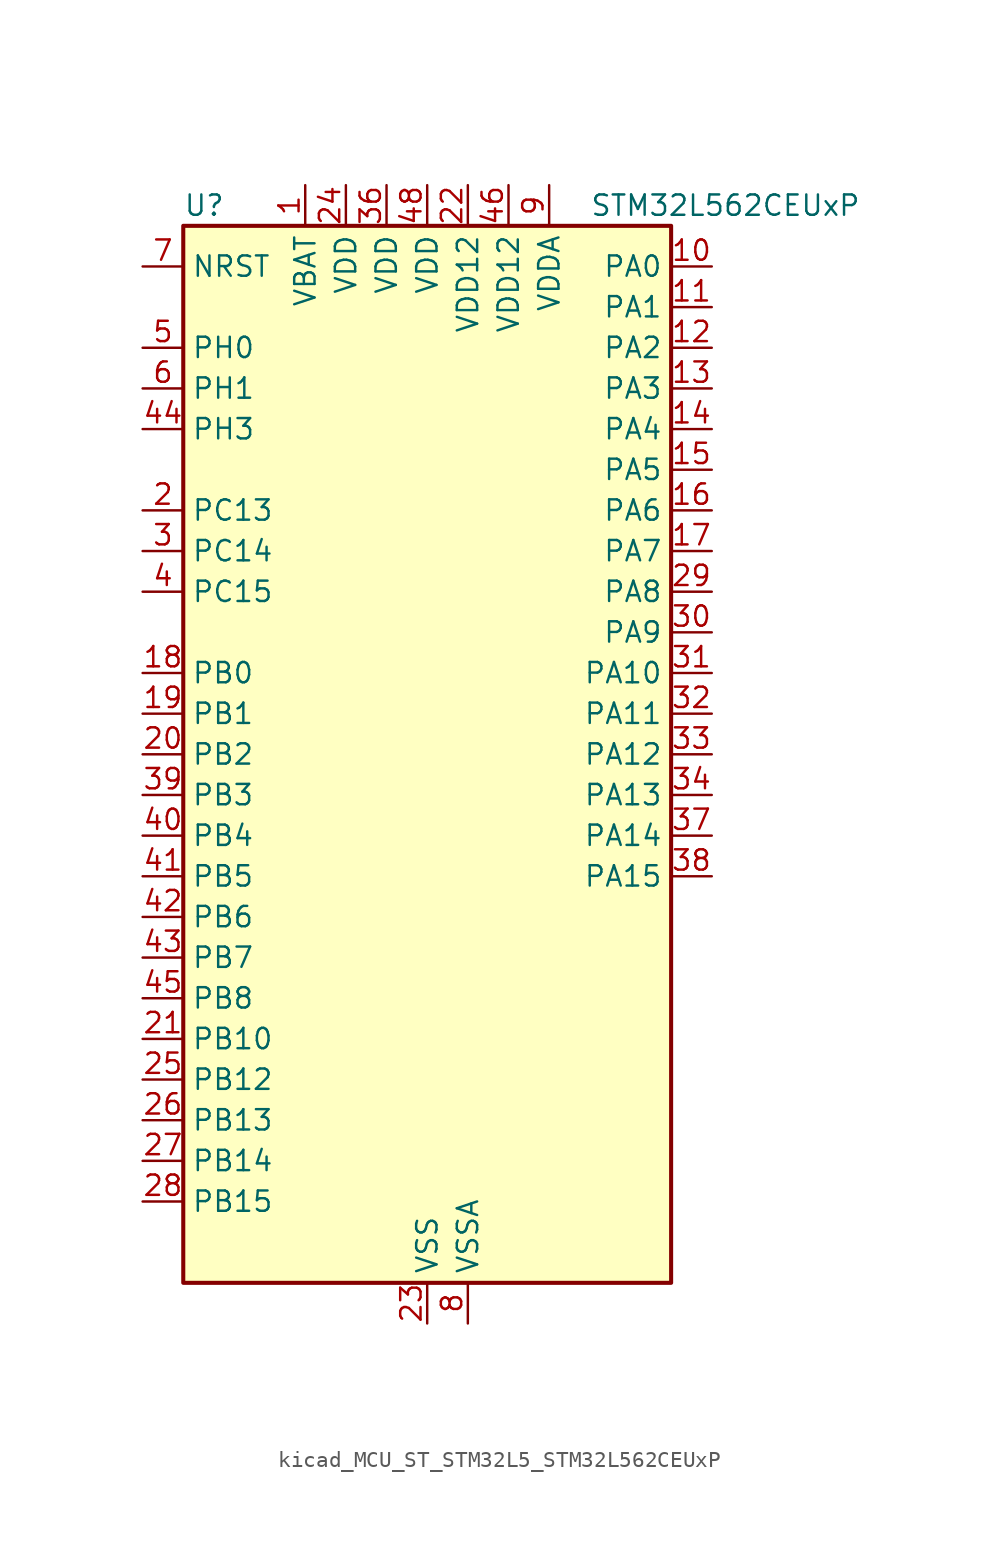
<source format=kicad_sym>
(kicad_symbol_lib
  (version 20220914)
  (generator kicad_symbol_editor)
  (symbol "kicad_MCU_ST_STM32L5_STM32L562CEUxP"
    (property "Reference" "U"
      (at -15.24 34.29 0)
      (effects (font (size 1.27 1.27)) (justify left)))
    (property "Value" "STM32L562CEUxP"
      (at 10.16 34.29 0)
      (effects (font (size 1.27 1.27)) (justify left)))
    (property "ki_locked" ""
      (at 0 0 0)
      (effects (font (size 1.27 1.27))))
    (symbol "kicad_MCU_ST_STM32L5_STM32L562CEUxP_0_1"
      (rectangle (start -15.24 -33.02) (end 15.24 33.02) (stroke (width 0.254) (type default)) (fill (type background))))
    (symbol "kicad_MCU_ST_STM32L5_STM32L562CEUxP_1_1"
      (pin power_in line (at -7.62 35.56 270) (length 2.54) (name "VBAT" (effects (font (size 1.27 1.27)))) (number "1" (effects (font (size 1.27 1.27)))))
      (pin bidirectional line (at 17.78 30.48 180) (length 2.54) (name "PA0" (effects (font (size 1.27 1.27)))) (number "10" (effects (font (size 1.27 1.27)))) (alternate "ADC1_IN5" bidirectional line) (alternate "ADC2_IN5" bidirectional line) (alternate "OPAMP1_VINP" bidirectional line) (alternate "PWR_WKUP1" bidirectional line) (alternate "SAI1_EXTCLK" bidirectional line) (alternate "TAMP_IN2" bidirectional line) (alternate "TAMP_OUT1" bidirectional line) (alternate "TIM2_CH1" bidirectional line) (alternate "TIM2_ETR" bidirectional line) (alternate "TIM5_CH1" bidirectional line) (alternate "TIM8_ETR" bidirectional line) (alternate "UART4_TX" bidirectional line) (alternate "USART2_CTS" bidirectional line) (alternate "USART2_NSS" bidirectional line))
      (pin bidirectional line (at 17.78 27.94 180) (length 2.54) (name "PA1" (effects (font (size 1.27 1.27)))) (number "11" (effects (font (size 1.27 1.27)))) (alternate "ADC1_IN6" bidirectional line) (alternate "ADC2_IN6" bidirectional line) (alternate "I2C1_SMBA" bidirectional line) (alternate "OCTOSPI1_DQS" bidirectional line) (alternate "OPAMP1_VINM" bidirectional line) (alternate "SPI1_SCK" bidirectional line) (alternate "TAMP_IN5" bidirectional line) (alternate "TAMP_OUT4" bidirectional line) (alternate "TIM15_CH1N" bidirectional line) (alternate "TIM2_CH2" bidirectional line) (alternate "TIM5_CH2" bidirectional line) (alternate "UART4_RX" bidirectional line) (alternate "USART2_DE" bidirectional line) (alternate "USART2_RTS" bidirectional line))
      (pin bidirectional line (at 17.78 25.4 180) (length 2.54) (name "PA2" (effects (font (size 1.27 1.27)))) (number "12" (effects (font (size 1.27 1.27)))) (alternate "ADC1_IN7" bidirectional line) (alternate "ADC2_IN7" bidirectional line) (alternate "COMP1_INP" bidirectional line) (alternate "LPUART1_TX" bidirectional line) (alternate "OCTOSPI1_NCS" bidirectional line) (alternate "PWR_WKUP4" bidirectional line) (alternate "RCC_LSCO" bidirectional line) (alternate "SAI2_EXTCLK" bidirectional line) (alternate "TIM15_CH1" bidirectional line) (alternate "TIM2_CH3" bidirectional line) (alternate "TIM5_CH3" bidirectional line) (alternate "UCPD1_FRSTX1" bidirectional line) (alternate "USART2_TX" bidirectional line))
      (pin bidirectional line (at 17.78 22.86 180) (length 2.54) (name "PA3" (effects (font (size 1.27 1.27)))) (number "13" (effects (font (size 1.27 1.27)))) (alternate "ADC1_IN8" bidirectional line) (alternate "ADC2_IN8" bidirectional line) (alternate "LPUART1_RX" bidirectional line) (alternate "OCTOSPI1_CLK" bidirectional line) (alternate "OPAMP1_VOUT" bidirectional line) (alternate "SAI1_CK1" bidirectional line) (alternate "SAI1_MCLK_A" bidirectional line) (alternate "TIM15_CH2" bidirectional line) (alternate "TIM2_CH4" bidirectional line) (alternate "TIM5_CH4" bidirectional line) (alternate "USART2_RX" bidirectional line))
      (pin bidirectional line (at 17.78 20.32 180) (length 2.54) (name "PA4" (effects (font (size 1.27 1.27)))) (number "14" (effects (font (size 1.27 1.27)))) (alternate "ADC1_IN9" bidirectional line) (alternate "ADC2_IN9" bidirectional line) (alternate "DAC1_OUT1" bidirectional line) (alternate "LPTIM2_OUT" bidirectional line) (alternate "OCTOSPI1_NCS" bidirectional line) (alternate "SAI1_FS_B" bidirectional line) (alternate "SPI1_NSS" bidirectional line) (alternate "SPI3_NSS" bidirectional line) (alternate "USART2_CK" bidirectional line))
      (pin bidirectional line (at 17.78 17.78 180) (length 2.54) (name "PA5" (effects (font (size 1.27 1.27)))) (number "15" (effects (font (size 1.27 1.27)))) (alternate "ADC1_IN10" bidirectional line) (alternate "ADC2_IN10" bidirectional line) (alternate "DAC1_OUT2" bidirectional line) (alternate "LPTIM2_ETR" bidirectional line) (alternate "SPI1_SCK" bidirectional line) (alternate "TIM2_CH1" bidirectional line) (alternate "TIM2_ETR" bidirectional line) (alternate "TIM8_CH1N" bidirectional line))
      (pin bidirectional line (at 17.78 15.24 180) (length 2.54) (name "PA6" (effects (font (size 1.27 1.27)))) (number "16" (effects (font (size 1.27 1.27)))) (alternate "ADC1_IN11" bidirectional line) (alternate "ADC2_IN11" bidirectional line) (alternate "LPUART1_CTS" bidirectional line) (alternate "OCTOSPI1_IO3" bidirectional line) (alternate "OPAMP2_VINP" bidirectional line) (alternate "SPI1_MISO" bidirectional line) (alternate "TIM16_CH1" bidirectional line) (alternate "TIM1_BKIN" bidirectional line) (alternate "TIM3_CH1" bidirectional line) (alternate "TIM8_BKIN" bidirectional line) (alternate "USART3_CTS" bidirectional line) (alternate "USART3_NSS" bidirectional line))
      (pin bidirectional line (at 17.78 12.7 180) (length 2.54) (name "PA7" (effects (font (size 1.27 1.27)))) (number "17" (effects (font (size 1.27 1.27)))) (alternate "ADC1_IN12" bidirectional line) (alternate "ADC2_IN12" bidirectional line) (alternate "I2C3_SCL" bidirectional line) (alternate "OCTOSPI1_IO2" bidirectional line) (alternate "OPAMP2_VINM" bidirectional line) (alternate "SPI1_MOSI" bidirectional line) (alternate "TIM17_CH1" bidirectional line) (alternate "TIM1_CH1N" bidirectional line) (alternate "TIM3_CH2" bidirectional line) (alternate "TIM8_CH1N" bidirectional line))
      (pin bidirectional line (at -17.78 5.08 0) (length 2.54) (name "PB0" (effects (font (size 1.27 1.27)))) (number "18" (effects (font (size 1.27 1.27)))) (alternate "ADC1_IN15" bidirectional line) (alternate "ADC2_IN15" bidirectional line) (alternate "COMP1_OUT" bidirectional line) (alternate "OCTOSPI1_IO1" bidirectional line) (alternate "OPAMP2_VOUT" bidirectional line) (alternate "SAI1_EXTCLK" bidirectional line) (alternate "SPI1_NSS" bidirectional line) (alternate "TIM1_CH2N" bidirectional line) (alternate "TIM3_CH3" bidirectional line) (alternate "TIM8_CH2N" bidirectional line) (alternate "USART3_CK" bidirectional line))
      (pin bidirectional line (at -17.78 2.54 0) (length 2.54) (name "PB1" (effects (font (size 1.27 1.27)))) (number "19" (effects (font (size 1.27 1.27)))) (alternate "ADC1_IN16" bidirectional line) (alternate "ADC2_IN16" bidirectional line) (alternate "COMP1_INM" bidirectional line) (alternate "DFSDM1_DATIN0" bidirectional line) (alternate "LPTIM2_IN1" bidirectional line) (alternate "LPUART1_DE" bidirectional line) (alternate "LPUART1_RTS" bidirectional line) (alternate "OCTOSPI1_IO0" bidirectional line) (alternate "TIM1_CH3N" bidirectional line) (alternate "TIM3_CH4" bidirectional line) (alternate "TIM8_CH3N" bidirectional line) (alternate "USART3_DE" bidirectional line) (alternate "USART3_RTS" bidirectional line))
      (pin bidirectional line (at -17.78 15.24 0) (length 2.54) (name "PC13" (effects (font (size 1.27 1.27)))) (number "2" (effects (font (size 1.27 1.27)))) (alternate "PWR_WKUP2" bidirectional line) (alternate "RTC_OUT1" bidirectional line) (alternate "RTC_TS" bidirectional line) (alternate "TAMP_IN1" bidirectional line) (alternate "TAMP_OUT2" bidirectional line))
      (pin bidirectional line (at -17.78 0 0) (length 2.54) (name "PB2" (effects (font (size 1.27 1.27)))) (number "20" (effects (font (size 1.27 1.27)))) (alternate "COMP1_INP" bidirectional line) (alternate "DFSDM1_CKIN0" bidirectional line) (alternate "I2C3_SMBA" bidirectional line) (alternate "LPTIM1_OUT" bidirectional line) (alternate "OCTOSPI1_DQS" bidirectional line) (alternate "RTC_OUT2" bidirectional line) (alternate "UCPD1_FRSTX1" bidirectional line))
      (pin bidirectional line (at -17.78 -17.78 0) (length 2.54) (name "PB10" (effects (font (size 1.27 1.27)))) (number "21" (effects (font (size 1.27 1.27)))) (alternate "COMP1_OUT" bidirectional line) (alternate "I2C2_SCL" bidirectional line) (alternate "I2C4_SCL" bidirectional line) (alternate "LPTIM3_OUT" bidirectional line) (alternate "LPUART1_RX" bidirectional line) (alternate "OCTOSPI1_CLK" bidirectional line) (alternate "SAI1_SCK_A" bidirectional line) (alternate "SPI2_SCK" bidirectional line) (alternate "TIM2_CH3" bidirectional line) (alternate "TSC_SYNC" bidirectional line) (alternate "USART3_TX" bidirectional line))
      (pin power_in line (at 2.54 35.56 270) (length 2.54) (name "VDD12" (effects (font (size 1.27 1.27)))) (number "22" (effects (font (size 1.27 1.27)))))
      (pin power_in line (at 0 -35.56 90) (length 2.54) (name "VSS" (effects (font (size 1.27 1.27)))) (number "23" (effects (font (size 1.27 1.27)))))
      (pin power_in line (at -5.08 35.56 270) (length 2.54) (name "VDD" (effects (font (size 1.27 1.27)))) (number "24" (effects (font (size 1.27 1.27)))))
      (pin bidirectional line (at -17.78 -20.32 0) (length 2.54) (name "PB12" (effects (font (size 1.27 1.27)))) (number "25" (effects (font (size 1.27 1.27)))) (alternate "DFSDM1_DATIN1" bidirectional line) (alternate "I2C2_SMBA" bidirectional line) (alternate "LPUART1_DE" bidirectional line) (alternate "LPUART1_RTS" bidirectional line) (alternate "OCTOSPI1_NCLK" bidirectional line) (alternate "SAI2_FS_A" bidirectional line) (alternate "SPI2_NSS" bidirectional line) (alternate "TIM15_BKIN" bidirectional line) (alternate "TIM1_BKIN" bidirectional line) (alternate "TSC_G1_IO1" bidirectional line) (alternate "USART3_CK" bidirectional line))
      (pin bidirectional line (at -17.78 -22.86 0) (length 2.54) (name "PB13" (effects (font (size 1.27 1.27)))) (number "26" (effects (font (size 1.27 1.27)))) (alternate "DFSDM1_CKIN1" bidirectional line) (alternate "I2C2_SCL" bidirectional line) (alternate "LPTIM3_IN1" bidirectional line) (alternate "LPUART1_CTS" bidirectional line) (alternate "SAI2_SCK_A" bidirectional line) (alternate "SPI2_SCK" bidirectional line) (alternate "TIM15_CH1N" bidirectional line) (alternate "TIM1_CH1N" bidirectional line) (alternate "TSC_G1_IO2" bidirectional line) (alternate "UCPD1_FRSTX2" bidirectional line) (alternate "USART3_CTS" bidirectional line) (alternate "USART3_NSS" bidirectional line))
      (pin bidirectional line (at -17.78 -25.4 0) (length 2.54) (name "PB14" (effects (font (size 1.27 1.27)))) (number "27" (effects (font (size 1.27 1.27)))) (alternate "DFSDM1_DATIN2" bidirectional line) (alternate "I2C2_SDA" bidirectional line) (alternate "LPTIM3_ETR" bidirectional line) (alternate "SAI2_MCLK_A" bidirectional line) (alternate "SPI2_MISO" bidirectional line) (alternate "TIM15_CH1" bidirectional line) (alternate "TIM1_CH2N" bidirectional line) (alternate "TIM8_CH2N" bidirectional line) (alternate "TSC_G1_IO3" bidirectional line) (alternate "UCPD1_DBCC2" bidirectional line) (alternate "USART3_DE" bidirectional line) (alternate "USART3_RTS" bidirectional line))
      (pin bidirectional line (at -17.78 -27.94 0) (length 2.54) (name "PB15" (effects (font (size 1.27 1.27)))) (number "28" (effects (font (size 1.27 1.27)))) (alternate "ADC1_EXTI15" bidirectional line) (alternate "ADC2_EXTI15" bidirectional line) (alternate "DFSDM1_CKIN2" bidirectional line) (alternate "RTC_REFIN" bidirectional line) (alternate "SAI2_SD_A" bidirectional line) (alternate "SPI2_MOSI" bidirectional line) (alternate "TIM15_CH2" bidirectional line) (alternate "TIM1_CH3N" bidirectional line) (alternate "TIM8_CH3N" bidirectional line) (alternate "UCPD1_CC2" bidirectional line))
      (pin bidirectional line (at 17.78 10.16 180) (length 2.54) (name "PA8" (effects (font (size 1.27 1.27)))) (number "29" (effects (font (size 1.27 1.27)))) (alternate "LPTIM2_OUT" bidirectional line) (alternate "RCC_MCO" bidirectional line) (alternate "SAI1_CK2" bidirectional line) (alternate "SAI1_SCK_A" bidirectional line) (alternate "TIM1_CH1" bidirectional line) (alternate "USART1_CK" bidirectional line))
      (pin bidirectional line (at -17.78 12.7 0) (length 2.54) (name "PC14" (effects (font (size 1.27 1.27)))) (number "3" (effects (font (size 1.27 1.27)))) (alternate "RCC_OSC32_IN" bidirectional line))
      (pin bidirectional line (at 17.78 7.62 180) (length 2.54) (name "PA9" (effects (font (size 1.27 1.27)))) (number "30" (effects (font (size 1.27 1.27)))) (alternate "DAC1_EXTI9" bidirectional line) (alternate "SAI1_FS_A" bidirectional line) (alternate "SPI2_SCK" bidirectional line) (alternate "TIM15_BKIN" bidirectional line) (alternate "TIM1_CH2" bidirectional line) (alternate "USART1_TX" bidirectional line))
      (pin bidirectional line (at 17.78 5.08 180) (length 2.54) (name "PA10" (effects (font (size 1.27 1.27)))) (number "31" (effects (font (size 1.27 1.27)))) (alternate "CRS_SYNC" bidirectional line) (alternate "SAI1_D1" bidirectional line) (alternate "SAI1_SD_A" bidirectional line) (alternate "TIM17_BKIN" bidirectional line) (alternate "TIM1_CH3" bidirectional line) (alternate "USART1_RX" bidirectional line))
      (pin bidirectional line (at 17.78 2.54 180) (length 2.54) (name "PA11" (effects (font (size 1.27 1.27)))) (number "32" (effects (font (size 1.27 1.27)))) (alternate "ADC1_EXTI11" bidirectional line) (alternate "ADC2_EXTI11" bidirectional line) (alternate "FDCAN1_RX" bidirectional line) (alternate "SPI1_MISO" bidirectional line) (alternate "TIM1_BKIN2" bidirectional line) (alternate "TIM1_CH4" bidirectional line) (alternate "USART1_CTS" bidirectional line) (alternate "USART1_NSS" bidirectional line) (alternate "USB_DM" bidirectional line))
      (pin bidirectional line (at 17.78 0 180) (length 2.54) (name "PA12" (effects (font (size 1.27 1.27)))) (number "33" (effects (font (size 1.27 1.27)))) (alternate "FDCAN1_TX" bidirectional line) (alternate "SPI1_MOSI" bidirectional line) (alternate "TIM1_ETR" bidirectional line) (alternate "USART1_DE" bidirectional line) (alternate "USART1_RTS" bidirectional line) (alternate "USB_DP" bidirectional line))
      (pin bidirectional line (at 17.78 -2.54 180) (length 2.54) (name "PA13" (effects (font (size 1.27 1.27)))) (number "34" (effects (font (size 1.27 1.27)))) (alternate "DEBUG_JTMS-SWDIO" bidirectional line) (alternate "IR_OUT" bidirectional line) (alternate "SAI1_SD_B" bidirectional line) (alternate "USB_NOE" bidirectional line))
      (pin passive line (at 0 -35.56 90) (length 2.54) hide (name "VSS" (effects (font (size 1.27 1.27)))) (number "35" (effects (font (size 1.27 1.27)))))
      (pin power_in line (at -2.54 35.56 270) (length 2.54) (name "VDD" (effects (font (size 1.27 1.27)))) (number "36" (effects (font (size 1.27 1.27)))))
      (pin bidirectional line (at 17.78 -5.08 180) (length 2.54) (name "PA14" (effects (font (size 1.27 1.27)))) (number "37" (effects (font (size 1.27 1.27)))) (alternate "DEBUG_JTCK-SWCLK" bidirectional line) (alternate "I2C1_SMBA" bidirectional line) (alternate "I2C4_SMBA" bidirectional line) (alternate "LPTIM1_OUT" bidirectional line) (alternate "SAI1_FS_B" bidirectional line))
      (pin bidirectional line (at 17.78 -7.62 180) (length 2.54) (name "PA15" (effects (font (size 1.27 1.27)))) (number "38" (effects (font (size 1.27 1.27)))) (alternate "ADC1_EXTI15" bidirectional line) (alternate "ADC2_EXTI15" bidirectional line) (alternate "DEBUG_JTDI" bidirectional line) (alternate "SAI2_FS_B" bidirectional line) (alternate "SPI1_NSS" bidirectional line) (alternate "SPI3_NSS" bidirectional line) (alternate "TIM2_CH1" bidirectional line) (alternate "TIM2_ETR" bidirectional line) (alternate "UART4_DE" bidirectional line) (alternate "UART4_RTS" bidirectional line) (alternate "UCPD1_CC1" bidirectional line) (alternate "USART2_RX" bidirectional line) (alternate "USART3_DE" bidirectional line) (alternate "USART3_RTS" bidirectional line))
      (pin bidirectional line (at -17.78 -2.54 0) (length 2.54) (name "PB3" (effects (font (size 1.27 1.27)))) (number "39" (effects (font (size 1.27 1.27)))) (alternate "COMP2_INM" bidirectional line) (alternate "CRS_SYNC" bidirectional line) (alternate "DEBUG_JTDO-SWO" bidirectional line) (alternate "SAI1_SCK_B" bidirectional line) (alternate "SPI1_SCK" bidirectional line) (alternate "SPI3_SCK" bidirectional line) (alternate "TIM2_CH2" bidirectional line) (alternate "USART1_DE" bidirectional line) (alternate "USART1_RTS" bidirectional line))
      (pin bidirectional line (at -17.78 10.16 0) (length 2.54) (name "PC15" (effects (font (size 1.27 1.27)))) (number "4" (effects (font (size 1.27 1.27)))) (alternate "ADC1_EXTI15" bidirectional line) (alternate "ADC2_EXTI15" bidirectional line) (alternate "RCC_OSC32_OUT" bidirectional line))
      (pin bidirectional line (at -17.78 -5.08 0) (length 2.54) (name "PB4" (effects (font (size 1.27 1.27)))) (number "40" (effects (font (size 1.27 1.27)))) (alternate "COMP2_INP" bidirectional line) (alternate "DEBUG_JTRST" bidirectional line) (alternate "I2C3_SDA" bidirectional line) (alternate "SAI1_MCLK_B" bidirectional line) (alternate "SPI1_MISO" bidirectional line) (alternate "SPI3_MISO" bidirectional line) (alternate "TIM17_BKIN" bidirectional line) (alternate "TIM3_CH1" bidirectional line) (alternate "TSC_G2_IO1" bidirectional line) (alternate "USART1_CTS" bidirectional line) (alternate "USART1_NSS" bidirectional line))
      (pin bidirectional line (at -17.78 -7.62 0) (length 2.54) (name "PB5" (effects (font (size 1.27 1.27)))) (number "41" (effects (font (size 1.27 1.27)))) (alternate "COMP2_OUT" bidirectional line) (alternate "I2C1_SMBA" bidirectional line) (alternate "LPTIM1_IN1" bidirectional line) (alternate "OCTOSPI1_NCLK" bidirectional line) (alternate "SAI1_SD_B" bidirectional line) (alternate "SPI1_MOSI" bidirectional line) (alternate "SPI3_MOSI" bidirectional line) (alternate "TIM16_BKIN" bidirectional line) (alternate "TIM3_CH2" bidirectional line) (alternate "TSC_G2_IO2" bidirectional line) (alternate "UCPD1_DBCC1" bidirectional line) (alternate "USART1_CK" bidirectional line))
      (pin bidirectional line (at -17.78 -10.16 0) (length 2.54) (name "PB6" (effects (font (size 1.27 1.27)))) (number "42" (effects (font (size 1.27 1.27)))) (alternate "COMP2_INP" bidirectional line) (alternate "I2C1_SCL" bidirectional line) (alternate "I2C4_SCL" bidirectional line) (alternate "LPTIM1_ETR" bidirectional line) (alternate "SAI1_FS_B" bidirectional line) (alternate "TIM16_CH1N" bidirectional line) (alternate "TIM4_CH1" bidirectional line) (alternate "TIM8_BKIN2" bidirectional line) (alternate "TSC_G2_IO3" bidirectional line) (alternate "USART1_TX" bidirectional line))
      (pin bidirectional line (at -17.78 -12.7 0) (length 2.54) (name "PB7" (effects (font (size 1.27 1.27)))) (number "43" (effects (font (size 1.27 1.27)))) (alternate "COMP2_INM" bidirectional line) (alternate "I2C1_SDA" bidirectional line) (alternate "I2C4_SDA" bidirectional line) (alternate "LPTIM1_IN2" bidirectional line) (alternate "PWR_PVD_IN" bidirectional line) (alternate "TIM17_CH1N" bidirectional line) (alternate "TIM4_CH2" bidirectional line) (alternate "TIM8_BKIN" bidirectional line) (alternate "TSC_G2_IO4" bidirectional line) (alternate "UART4_CTS" bidirectional line) (alternate "USART1_RX" bidirectional line))
      (pin bidirectional line (at -17.78 20.32 0) (length 2.54) (name "PH3" (effects (font (size 1.27 1.27)))) (number "44" (effects (font (size 1.27 1.27)))))
      (pin bidirectional line (at -17.78 -15.24 0) (length 2.54) (name "PB8" (effects (font (size 1.27 1.27)))) (number "45" (effects (font (size 1.27 1.27)))) (alternate "DFSDM1_CKOUT" bidirectional line) (alternate "FDCAN1_RX" bidirectional line) (alternate "I2C1_SCL" bidirectional line) (alternate "SAI1_CK1" bidirectional line) (alternate "SAI1_MCLK_A" bidirectional line) (alternate "TIM16_CH1" bidirectional line) (alternate "TIM4_CH3" bidirectional line))
      (pin power_in line (at 5.08 35.56 270) (length 2.54) (name "VDD12" (effects (font (size 1.27 1.27)))) (number "46" (effects (font (size 1.27 1.27)))))
      (pin passive line (at 0 -35.56 90) (length 2.54) hide (name "VSS" (effects (font (size 1.27 1.27)))) (number "47" (effects (font (size 1.27 1.27)))))
      (pin power_in line (at 0 35.56 270) (length 2.54) (name "VDD" (effects (font (size 1.27 1.27)))) (number "48" (effects (font (size 1.27 1.27)))))
      (pin passive line (at 0 -35.56 90) (length 2.54) hide (name "VSS" (effects (font (size 1.27 1.27)))) (number "49" (effects (font (size 1.27 1.27)))))
      (pin bidirectional line (at -17.78 25.4 0) (length 2.54) (name "PH0" (effects (font (size 1.27 1.27)))) (number "5" (effects (font (size 1.27 1.27)))) (alternate "RCC_OSC_IN" bidirectional line))
      (pin bidirectional line (at -17.78 22.86 0) (length 2.54) (name "PH1" (effects (font (size 1.27 1.27)))) (number "6" (effects (font (size 1.27 1.27)))) (alternate "RCC_OSC_OUT" bidirectional line))
      (pin input line (at -17.78 30.48 0) (length 2.54) (name "NRST" (effects (font (size 1.27 1.27)))) (number "7" (effects (font (size 1.27 1.27)))))
      (pin power_in line (at 2.54 -35.56 90) (length 2.54) (name "VSSA" (effects (font (size 1.27 1.27)))) (number "8" (effects (font (size 1.27 1.27)))))
      (pin power_in line (at 7.62 35.56 270) (length 2.54) (name "VDDA" (effects (font (size 1.27 1.27)))) (number "9" (effects (font (size 1.27 1.27))))))))
</source>
